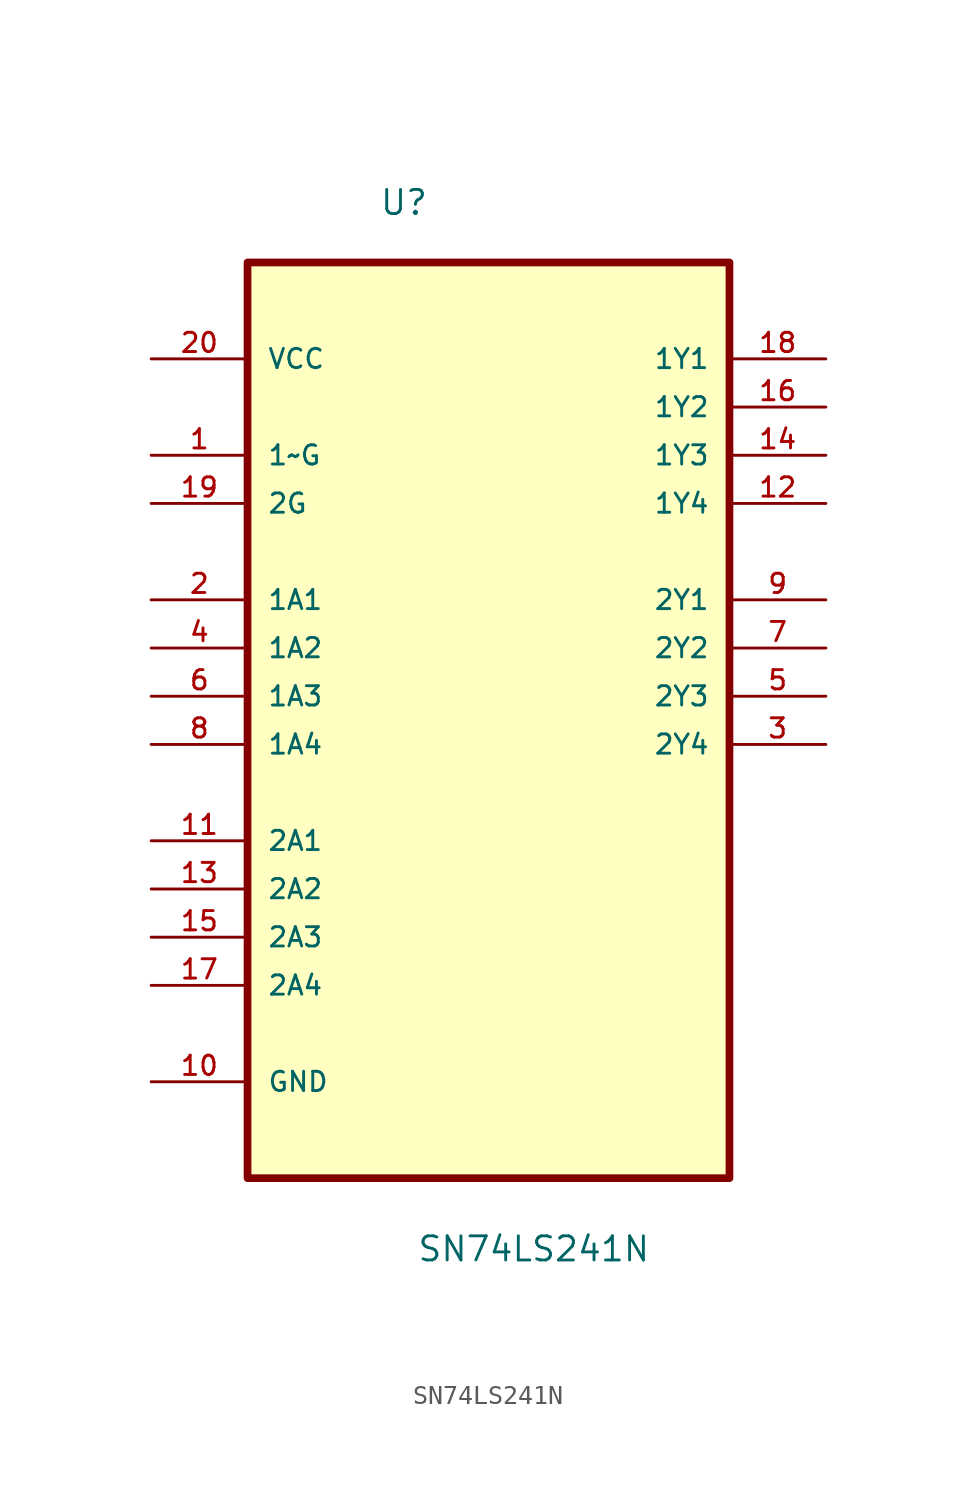
<source format=kicad_sym>
(kicad_symbol_lib
  (version 20211014)
  (generator kicad_symbol_editor)
  (symbol "SN74LS241N"
    (pin_names
      (offset 1.016))
    (property "Reference" "U"
      (at -5.767 22.736 0)
      (effects (font (size 1.27 1.27)) (justify left bottom)))
    (property "Value" "SN74LS241N"
      (at -3.791 -32.414 0)
      (effects (font (size 1.27 1.27)) (justify left bottom)))
    (symbol "SN74LS241N_0_0"
      (rectangle (start -12.7 -27.94) (end 12.7 20.32) (stroke (width 0.406) (type default) (color 0 0 0 0)) (fill (type background)))
      (pin input line (at -17.78 10.16 0) (length 5.08) (name "1~G" (effects (font (size 1.016 1.016)))) (number "1" (effects (font (size 1.016 1.016)))))
      (pin passive line (at -17.78 -22.86 0) (length 5.08) (name "GND" (effects (font (size 1.016 1.016)))) (number "10" (effects (font (size 1.016 1.016)))))
      (pin input line (at -17.78 -10.16 0) (length 5.08) (name "2A1" (effects (font (size 1.016 1.016)))) (number "11" (effects (font (size 1.016 1.016)))))
      (pin output line (at 17.78 7.62 180) (length 5.08) (name "1Y4" (effects (font (size 1.016 1.016)))) (number "12" (effects (font (size 1.016 1.016)))))
      (pin input line (at -17.78 -12.7 0) (length 5.08) (name "2A2" (effects (font (size 1.016 1.016)))) (number "13" (effects (font (size 1.016 1.016)))))
      (pin output line (at 17.78 10.16 180) (length 5.08) (name "1Y3" (effects (font (size 1.016 1.016)))) (number "14" (effects (font (size 1.016 1.016)))))
      (pin input line (at -17.78 -15.24 0) (length 5.08) (name "2A3" (effects (font (size 1.016 1.016)))) (number "15" (effects (font (size 1.016 1.016)))))
      (pin output line (at 17.78 12.7 180) (length 5.08) (name "1Y2" (effects (font (size 1.016 1.016)))) (number "16" (effects (font (size 1.016 1.016)))))
      (pin input line (at -17.78 -17.78 0) (length 5.08) (name "2A4" (effects (font (size 1.016 1.016)))) (number "17" (effects (font (size 1.016 1.016)))))
      (pin output line (at 17.78 15.24 180) (length 5.08) (name "1Y1" (effects (font (size 1.016 1.016)))) (number "18" (effects (font (size 1.016 1.016)))))
      (pin input line (at -17.78 7.62 0) (length 5.08) (name "2G" (effects (font (size 1.016 1.016)))) (number "19" (effects (font (size 1.016 1.016)))))
      (pin input line (at -17.78 2.54 0) (length 5.08) (name "1A1" (effects (font (size 1.016 1.016)))) (number "2" (effects (font (size 1.016 1.016)))))
      (pin power_in line (at -17.78 15.24 0) (length 5.08) (name "VCC" (effects (font (size 1.016 1.016)))) (number "20" (effects (font (size 1.016 1.016)))))
      (pin output line (at 17.78 -5.08 180) (length 5.08) (name "2Y4" (effects (font (size 1.016 1.016)))) (number "3" (effects (font (size 1.016 1.016)))))
      (pin input line (at -17.78 0 0) (length 5.08) (name "1A2" (effects (font (size 1.016 1.016)))) (number "4" (effects (font (size 1.016 1.016)))))
      (pin output line (at 17.78 -2.54 180) (length 5.08) (name "2Y3" (effects (font (size 1.016 1.016)))) (number "5" (effects (font (size 1.016 1.016)))))
      (pin input line (at -17.78 -2.54 0) (length 5.08) (name "1A3" (effects (font (size 1.016 1.016)))) (number "6" (effects (font (size 1.016 1.016)))))
      (pin output line (at 17.78 0 180) (length 5.08) (name "2Y2" (effects (font (size 1.016 1.016)))) (number "7" (effects (font (size 1.016 1.016)))))
      (pin input line (at -17.78 -5.08 0) (length 5.08) (name "1A4" (effects (font (size 1.016 1.016)))) (number "8" (effects (font (size 1.016 1.016)))))
      (pin output line (at 17.78 2.54 180) (length 5.08) (name "2Y1" (effects (font (size 1.016 1.016)))) (number "9" (effects (font (size 1.016 1.016))))))))
</source>
